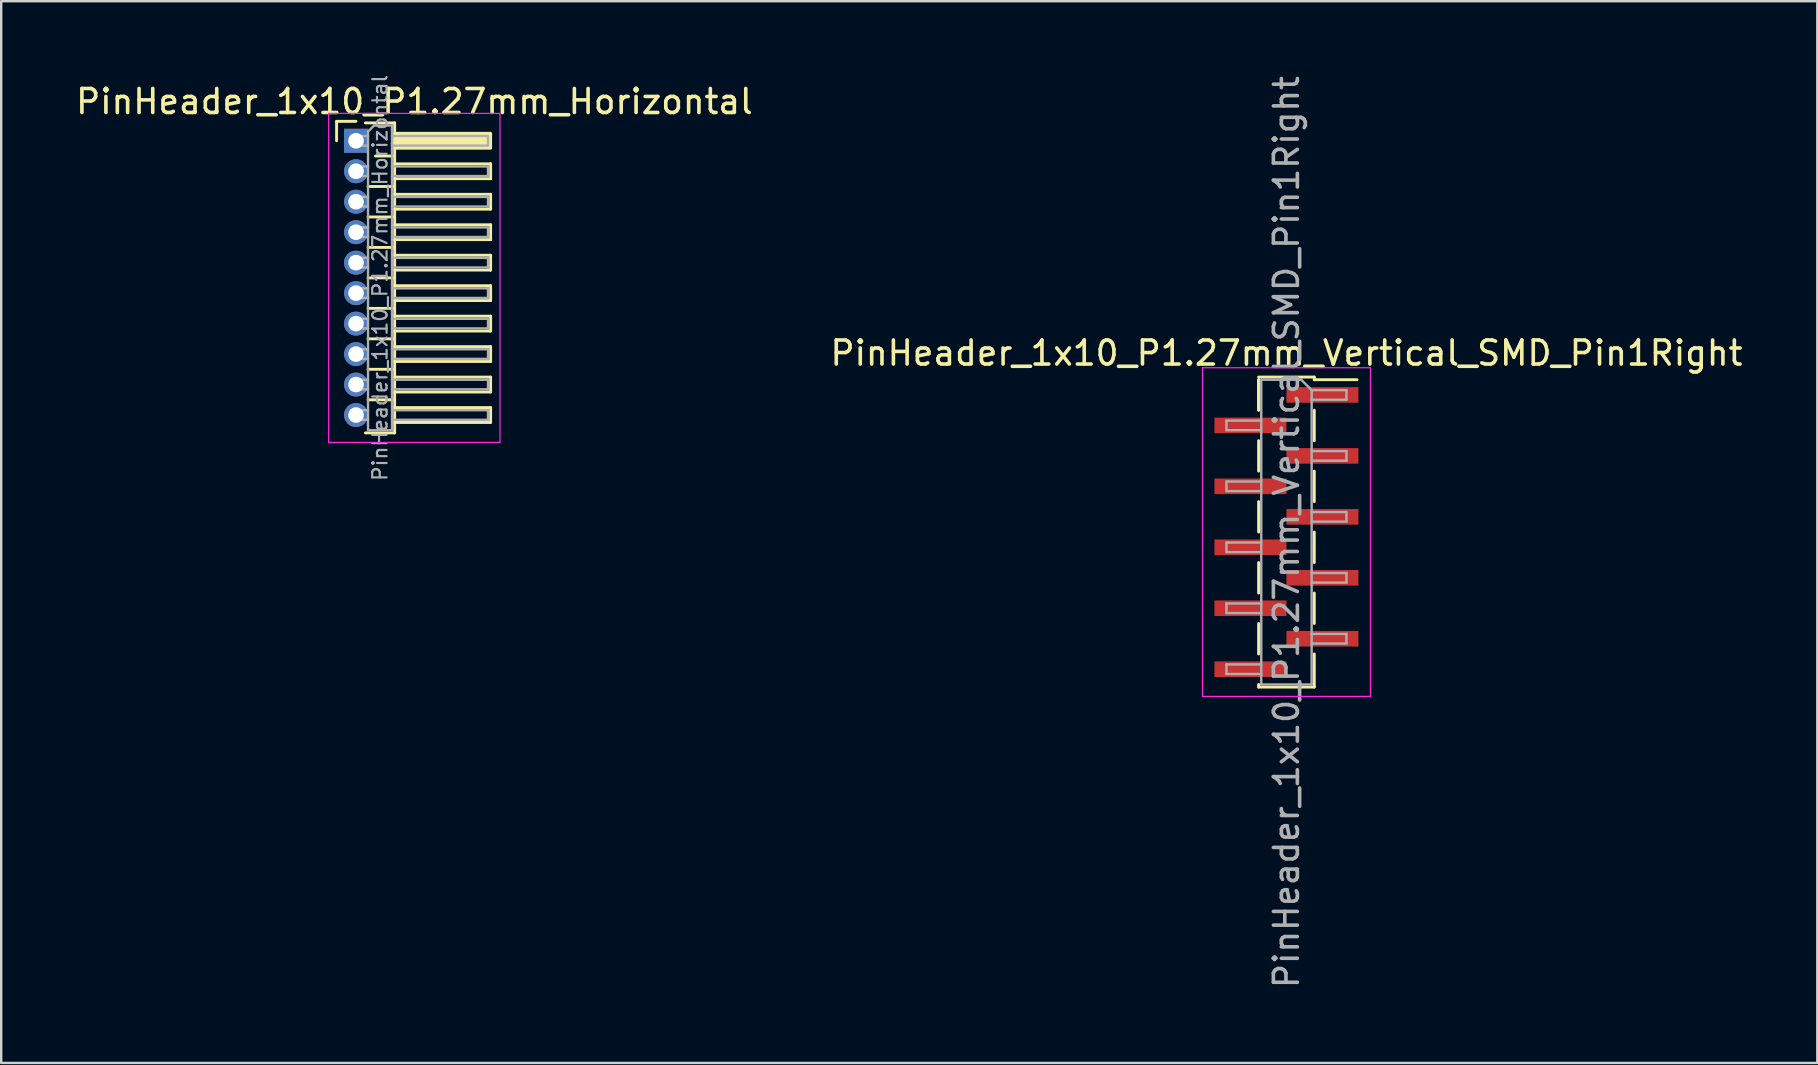
<source format=kicad_pcb>
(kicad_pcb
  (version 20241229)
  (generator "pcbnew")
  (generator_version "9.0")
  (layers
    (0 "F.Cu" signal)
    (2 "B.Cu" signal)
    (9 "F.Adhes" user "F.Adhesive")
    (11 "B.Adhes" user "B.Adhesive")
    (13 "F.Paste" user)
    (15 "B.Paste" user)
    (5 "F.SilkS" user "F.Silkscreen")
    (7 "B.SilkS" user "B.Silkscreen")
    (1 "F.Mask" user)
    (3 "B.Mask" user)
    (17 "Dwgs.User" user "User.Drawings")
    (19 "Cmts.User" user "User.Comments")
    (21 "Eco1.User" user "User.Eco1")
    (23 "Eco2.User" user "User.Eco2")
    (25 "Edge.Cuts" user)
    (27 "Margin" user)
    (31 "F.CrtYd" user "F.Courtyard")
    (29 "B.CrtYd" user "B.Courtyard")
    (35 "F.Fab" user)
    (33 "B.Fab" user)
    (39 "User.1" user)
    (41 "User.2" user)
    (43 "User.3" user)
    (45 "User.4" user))
  (footprint "PinHeader_1x10_P1.27mm_Horizontal"
    (layer "F.Cu")
    (at 11.788 2.817)
    (property "Reference" "PinHeader_1x10_P1.27mm_Horizontal" (at 2.433 -1.635 0) (layer "F.SilkS") (effects (font (size 1 1) (thickness 0.15))))
    (attr through_hole)
    (fp_line (start -0.81 -0.81) (end 0 -0.81) (stroke (width 0.12) (type solid)) (layer "F.SilkS"))
    (fp_line (start -0.81 0) (end -0.81 -0.81) (stroke (width 0.12) (type solid)) (layer "F.SilkS"))
    (fp_line (start 0.39 -0.745) (end 1.61 -0.745) (stroke (width 0.12) (type solid)) (layer "F.SilkS"))
    (fp_line (start 0.503 1.905) (end 1.61 1.905) (stroke (width 0.12) (type solid)) (layer "F.SilkS"))
    (fp_line (start 0.503 3.175) (end 1.61 3.175) (stroke (width 0.12) (type solid)) (layer "F.SilkS"))
    (fp_line (start 0.503 4.445) (end 1.61 4.445) (stroke (width 0.12) (type solid)) (layer "F.SilkS"))
    (fp_line (start 0.503 5.715) (end 1.61 5.715) (stroke (width 0.12) (type solid)) (layer "F.SilkS"))
    (fp_line (start 0.503 6.985) (end 1.61 6.985) (stroke (width 0.12) (type solid)) (layer "F.SilkS"))
    (fp_line (start 0.503 8.255) (end 1.61 8.255) (stroke (width 0.12) (type solid)) (layer "F.SilkS"))
    (fp_line (start 0.503 9.525) (end 1.61 9.525) (stroke (width 0.12) (type solid)) (layer "F.SilkS"))
    (fp_line (start 0.503 10.795) (end 1.61 10.795) (stroke (width 0.12) (type solid)) (layer "F.SilkS"))
    (fp_line (start 0.81 0.635) (end 1.61 0.635) (stroke (width 0.12) (type solid)) (layer "F.SilkS"))
    (fp_line (start 1.61 -0.745) (end 1.61 12.175) (stroke (width 0.12) (type solid)) (layer "F.SilkS"))
    (fp_line (start 1.61 0.96) (end 5.61 0.96) (stroke (width 0.12) (type solid)) (layer "F.SilkS"))
    (fp_line (start 1.61 2.23) (end 5.61 2.23) (stroke (width 0.12) (type solid)) (layer "F.SilkS"))
    (fp_line (start 1.61 3.5) (end 5.61 3.5) (stroke (width 0.12) (type solid)) (layer "F.SilkS"))
    (fp_line (start 1.61 4.77) (end 5.61 4.77) (stroke (width 0.12) (type solid)) (layer "F.SilkS"))
    (fp_line (start 1.61 6.04) (end 5.61 6.04) (stroke (width 0.12) (type solid)) (layer "F.SilkS"))
    (fp_line (start 1.61 7.31) (end 5.61 7.31) (stroke (width 0.12) (type solid)) (layer "F.SilkS"))
    (fp_line (start 1.61 8.58) (end 5.61 8.58) (stroke (width 0.12) (type solid)) (layer "F.SilkS"))
    (fp_line (start 1.61 9.85) (end 5.61 9.85) (stroke (width 0.12) (type solid)) (layer "F.SilkS"))
    (fp_line (start 1.61 11.12) (end 5.61 11.12) (stroke (width 0.12) (type solid)) (layer "F.SilkS"))
    (fp_line (start 1.61 12.175) (end 0.39 12.175) (stroke (width 0.12) (type solid)) (layer "F.SilkS"))
    (fp_line (start 5.61 0.96) (end 5.61 1.58) (stroke (width 0.12) (type solid)) (layer "F.SilkS"))
    (fp_line (start 5.61 1.58) (end 1.61 1.58) (stroke (width 0.12) (type solid)) (layer "F.SilkS"))
    (fp_line (start 5.61 2.23) (end 5.61 2.85) (stroke (width 0.12) (type solid)) (layer "F.SilkS"))
    (fp_line (start 5.61 2.85) (end 1.61 2.85) (stroke (width 0.12) (type solid)) (layer "F.SilkS"))
    (fp_line (start 5.61 3.5) (end 5.61 4.12) (stroke (width 0.12) (type solid)) (layer "F.SilkS"))
    (fp_line (start 5.61 4.12) (end 1.61 4.12) (stroke (width 0.12) (type solid)) (layer "F.SilkS"))
    (fp_line (start 5.61 4.77) (end 5.61 5.39) (stroke (width 0.12) (type solid)) (layer "F.SilkS"))
    (fp_line (start 5.61 5.39) (end 1.61 5.39) (stroke (width 0.12) (type solid)) (layer "F.SilkS"))
    (fp_line (start 5.61 6.04) (end 5.61 6.66) (stroke (width 0.12) (type solid)) (layer "F.SilkS"))
    (fp_line (start 5.61 6.66) (end 1.61 6.66) (stroke (width 0.12) (type solid)) (layer "F.SilkS"))
    (fp_line (start 5.61 7.31) (end 5.61 7.93) (stroke (width 0.12) (type solid)) (layer "F.SilkS"))
    (fp_line (start 5.61 7.93) (end 1.61 7.93) (stroke (width 0.12) (type solid)) (layer "F.SilkS"))
    (fp_line (start 5.61 8.58) (end 5.61 9.2) (stroke (width 0.12) (type solid)) (layer "F.SilkS"))
    (fp_line (start 5.61 9.2) (end 1.61 9.2) (stroke (width 0.12) (type solid)) (layer "F.SilkS"))
    (fp_line (start 5.61 9.85) (end 5.61 10.47) (stroke (width 0.12) (type solid)) (layer "F.SilkS"))
    (fp_line (start 5.61 10.47) (end 1.61 10.47) (stroke (width 0.12) (type solid)) (layer "F.SilkS"))
    (fp_line (start 5.61 11.12) (end 5.61 11.74) (stroke (width 0.12) (type solid)) (layer "F.SilkS"))
    (fp_line (start 5.61 11.74) (end 1.61 11.74) (stroke (width 0.12) (type solid)) (layer "F.SilkS"))
    (fp_rect (start 1.61 -0.31) (end 5.61 0.31) (stroke (width 0.12) (type solid)) (fill yes) (layer "F.SilkS"))
    (fp_line (start -1.14 -1.14) (end -1.14 12.57) (stroke (width 0.05) (type solid)) (layer "F.CrtYd"))
    (fp_line (start -1.14 12.57) (end 6 12.57) (stroke (width 0.05) (type solid)) (layer "F.CrtYd"))
    (fp_line (start 6 -1.14) (end -1.14 -1.14) (stroke (width 0.05) (type solid)) (layer "F.CrtYd"))
    (fp_line (start 6 12.57) (end 6 -1.14) (stroke (width 0.05) (type solid)) (layer "F.CrtYd"))
    (fp_line (start -0.2 -0.2) (end -0.2 0.2) (stroke (width 0.1) (type solid)) (layer "F.Fab"))
    (fp_line (start -0.2 -0.2) (end 0.5 -0.2) (stroke (width 0.1) (type solid)) (layer "F.Fab"))
    (fp_line (start -0.2 0.2) (end 0.5 0.2) (stroke (width 0.1) (type solid)) (layer "F.Fab"))
    (fp_line (start -0.2 1.07) (end -0.2 1.47) (stroke (width 0.1) (type solid)) (layer "F.Fab"))
    (fp_line (start -0.2 1.07) (end 0.5 1.07) (stroke (width 0.1) (type solid)) (layer "F.Fab"))
    (fp_line (start -0.2 1.47) (end 0.5 1.47) (stroke (width 0.1) (type solid)) (layer "F.Fab"))
    (fp_line (start -0.2 2.34) (end -0.2 2.74) (stroke (width 0.1) (type solid)) (layer "F.Fab"))
    (fp_line (start -0.2 2.34) (end 0.5 2.34) (stroke (width 0.1) (type solid)) (layer "F.Fab"))
    (fp_line (start -0.2 2.74) (end 0.5 2.74) (stroke (width 0.1) (type solid)) (layer "F.Fab"))
    (fp_line (start -0.2 3.61) (end -0.2 4.01) (stroke (width 0.1) (type solid)) (layer "F.Fab"))
    (fp_line (start -0.2 3.61) (end 0.5 3.61) (stroke (width 0.1) (type solid)) (layer "F.Fab"))
    (fp_line (start -0.2 4.01) (end 0.5 4.01) (stroke (width 0.1) (type solid)) (layer "F.Fab"))
    (fp_line (start -0.2 4.88) (end -0.2 5.28) (stroke (width 0.1) (type solid)) (layer "F.Fab"))
    (fp_line (start -0.2 4.88) (end 0.5 4.88) (stroke (width 0.1) (type solid)) (layer "F.Fab"))
    (fp_line (start -0.2 5.28) (end 0.5 5.28) (stroke (width 0.1) (type solid)) (layer "F.Fab"))
    (fp_line (start -0.2 6.15) (end -0.2 6.55) (stroke (width 0.1) (type solid)) (layer "F.Fab"))
    (fp_line (start -0.2 6.15) (end 0.5 6.15) (stroke (width 0.1) (type solid)) (layer "F.Fab"))
    (fp_line (start -0.2 6.55) (end 0.5 6.55) (stroke (width 0.1) (type solid)) (layer "F.Fab"))
    (fp_line (start -0.2 7.42) (end -0.2 7.82) (stroke (width 0.1) (type solid)) (layer "F.Fab"))
    (fp_line (start -0.2 7.42) (end 0.5 7.42) (stroke (width 0.1) (type solid)) (layer "F.Fab"))
    (fp_line (start -0.2 7.82) (end 0.5 7.82) (stroke (width 0.1) (type solid)) (layer "F.Fab"))
    (fp_line (start -0.2 8.69) (end -0.2 9.09) (stroke (width 0.1) (type solid)) (layer "F.Fab"))
    (fp_line (start -0.2 8.69) (end 0.5 8.69) (stroke (width 0.1) (type solid)) (layer "F.Fab"))
    (fp_line (start -0.2 9.09) (end 0.5 9.09) (stroke (width 0.1) (type solid)) (layer "F.Fab"))
    (fp_line (start -0.2 9.96) (end -0.2 10.36) (stroke (width 0.1) (type solid)) (layer "F.Fab"))
    (fp_line (start -0.2 9.96) (end 0.5 9.96) (stroke (width 0.1) (type solid)) (layer "F.Fab"))
    (fp_line (start -0.2 10.36) (end 0.5 10.36) (stroke (width 0.1) (type solid)) (layer "F.Fab"))
    (fp_line (start -0.2 11.23) (end -0.2 11.63) (stroke (width 0.1) (type solid)) (layer "F.Fab"))
    (fp_line (start -0.2 11.23) (end 0.5 11.23) (stroke (width 0.1) (type solid)) (layer "F.Fab"))
    (fp_line (start -0.2 11.63) (end 0.5 11.63) (stroke (width 0.1) (type solid)) (layer "F.Fab"))
    (fp_line (start 0.5 -0.385) (end 0.75 -0.635) (stroke (width 0.1) (type solid)) (layer "F.Fab"))
    (fp_line (start 0.5 12.065) (end 0.5 -0.385) (stroke (width 0.1) (type solid)) (layer "F.Fab"))
    (fp_line (start 0.75 -0.635) (end 1.5 -0.635) (stroke (width 0.1) (type solid)) (layer "F.Fab"))
    (fp_line (start 1.5 -0.635) (end 1.5 12.065) (stroke (width 0.1) (type solid)) (layer "F.Fab"))
    (fp_line (start 1.5 -0.2) (end 5.5 -0.2) (stroke (width 0.1) (type solid)) (layer "F.Fab"))
    (fp_line (start 1.5 0.2) (end 5.5 0.2) (stroke (width 0.1) (type solid)) (layer "F.Fab"))
    (fp_line (start 1.5 1.07) (end 5.5 1.07) (stroke (width 0.1) (type solid)) (layer "F.Fab"))
    (fp_line (start 1.5 1.47) (end 5.5 1.47) (stroke (width 0.1) (type solid)) (layer "F.Fab"))
    (fp_line (start 1.5 2.34) (end 5.5 2.34) (stroke (width 0.1) (type solid)) (layer "F.Fab"))
    (fp_line (start 1.5 2.74) (end 5.5 2.74) (stroke (width 0.1) (type solid)) (layer "F.Fab"))
    (fp_line (start 1.5 3.61) (end 5.5 3.61) (stroke (width 0.1) (type solid)) (layer "F.Fab"))
    (fp_line (start 1.5 4.01) (end 5.5 4.01) (stroke (width 0.1) (type solid)) (layer "F.Fab"))
    (fp_line (start 1.5 4.88) (end 5.5 4.88) (stroke (width 0.1) (type solid)) (layer "F.Fab"))
    (fp_line (start 1.5 5.28) (end 5.5 5.28) (stroke (width 0.1) (type solid)) (layer "F.Fab"))
    (fp_line (start 1.5 6.15) (end 5.5 6.15) (stroke (width 0.1) (type solid)) (layer "F.Fab"))
    (fp_line (start 1.5 6.55) (end 5.5 6.55) (stroke (width 0.1) (type solid)) (layer "F.Fab"))
    (fp_line (start 1.5 7.42) (end 5.5 7.42) (stroke (width 0.1) (type solid)) (layer "F.Fab"))
    (fp_line (start 1.5 7.82) (end 5.5 7.82) (stroke (width 0.1) (type solid)) (layer "F.Fab"))
    (fp_line (start 1.5 8.69) (end 5.5 8.69) (stroke (width 0.1) (type solid)) (layer "F.Fab"))
    (fp_line (start 1.5 9.09) (end 5.5 9.09) (stroke (width 0.1) (type solid)) (layer "F.Fab"))
    (fp_line (start 1.5 9.96) (end 5.5 9.96) (stroke (width 0.1) (type solid)) (layer "F.Fab"))
    (fp_line (start 1.5 10.36) (end 5.5 10.36) (stroke (width 0.1) (type solid)) (layer "F.Fab"))
    (fp_line (start 1.5 11.23) (end 5.5 11.23) (stroke (width 0.1) (type solid)) (layer "F.Fab"))
    (fp_line (start 1.5 11.63) (end 5.5 11.63) (stroke (width 0.1) (type solid)) (layer "F.Fab"))
    (fp_line (start 1.5 12.065) (end 0.5 12.065) (stroke (width 0.1) (type solid)) (layer "F.Fab"))
    (fp_line (start 5.5 -0.2) (end 5.5 0.2) (stroke (width 0.1) (type solid)) (layer "F.Fab"))
    (fp_line (start 5.5 1.07) (end 5.5 1.47) (stroke (width 0.1) (type solid)) (layer "F.Fab"))
    (fp_line (start 5.5 2.34) (end 5.5 2.74) (stroke (width 0.1) (type solid)) (layer "F.Fab"))
    (fp_line (start 5.5 3.61) (end 5.5 4.01) (stroke (width 0.1) (type solid)) (layer "F.Fab"))
    (fp_line (start 5.5 4.88) (end 5.5 5.28) (stroke (width 0.1) (type solid)) (layer "F.Fab"))
    (fp_line (start 5.5 6.15) (end 5.5 6.55) (stroke (width 0.1) (type solid)) (layer "F.Fab"))
    (fp_line (start 5.5 7.42) (end 5.5 7.82) (stroke (width 0.1) (type solid)) (layer "F.Fab"))
    (fp_line (start 5.5 8.69) (end 5.5 9.09) (stroke (width 0.1) (type solid)) (layer "F.Fab"))
    (fp_line (start 5.5 9.96) (end 5.5 10.36) (stroke (width 0.1) (type solid)) (layer "F.Fab"))
    (fp_line (start 5.5 11.23) (end 5.5 11.63) (stroke (width 0.1) (type solid)) (layer "F.Fab"))
    (fp_text user "${REFERENCE}" (at 1 5.715 90) (layer "F.Fab") (effects (font (size 0.6 0.6) (thickness 0.09))))
    (pad "1" thru_hole rect (at 0 0) (size 1 1) (drill 0.65) (layers "*.Cu" "*.Mask"))
    (pad "2" thru_hole circle (at 0 1.27) (size 1 1) (drill 0.65) (layers "*.Cu" "*.Mask"))
    (pad "3" thru_hole circle (at 0 2.54) (size 1 1) (drill 0.65) (layers "*.Cu" "*.Mask"))
    (pad "4" thru_hole circle (at 0 3.81) (size 1 1) (drill 0.65) (layers "*.Cu" "*.Mask"))
    (pad "5" thru_hole circle (at 0 5.08) (size 1 1) (drill 0.65) (layers "*.Cu" "*.Mask"))
    (pad "6" thru_hole circle (at 0 6.35) (size 1 1) (drill 0.65) (layers "*.Cu" "*.Mask"))
    (pad "7" thru_hole circle (at 0 7.62) (size 1 1) (drill 0.65) (layers "*.Cu" "*.Mask"))
    (pad "8" thru_hole circle (at 0 8.89) (size 1 1) (drill 0.65) (layers "*.Cu" "*.Mask"))
    (pad "9" thru_hole circle (at 0 10.16) (size 1 1) (drill 0.65) (layers "*.Cu" "*.Mask"))
    (pad "10" thru_hole circle (at 0 11.43) (size 1 1) (drill 0.65) (layers "*.Cu" "*.Mask")))
  (footprint "PinHeader_1x10_P1.27mm_Vertical_SMD_Pin1Right"
    (layer "F.Cu")
    (at 50.565 19.125)
    (property "Reference" "PinHeader_1x10_P1.27mm_Vertical_SMD_Pin1Right" (at 0 -7.46 0) (layer "F.SilkS") (effects (font (size 1 1) (thickness 0.15))))
    (attr smd)
    (fp_line (start -1.16 -6.46) (end 1.16 -6.46) (stroke (width 0.12) (type solid)) (layer "F.SilkS"))
    (fp_line (start -1.16 -6.35) (end -1.16 -5.08) (stroke (width 0.12) (type solid)) (layer "F.SilkS"))
    (fp_line (start -1.16 -6.35) (end -1.16 -5.08) (stroke (width 0.12) (type solid)) (layer "F.SilkS"))
    (fp_line (start -1.16 -3.81) (end -1.16 -2.54) (stroke (width 0.12) (type solid)) (layer "F.SilkS"))
    (fp_line (start -1.16 -1.27) (end -1.16 0) (stroke (width 0.12) (type solid)) (layer "F.SilkS"))
    (fp_line (start -1.16 1.27) (end -1.16 2.54) (stroke (width 0.12) (type solid)) (layer "F.SilkS"))
    (fp_line (start -1.16 3.81) (end -1.16 5.08) (stroke (width 0.12) (type solid)) (layer "F.SilkS"))
    (fp_line (start -1.16 6.35) (end -1.16 6.46) (stroke (width 0.12) (type solid)) (layer "F.SilkS"))
    (fp_line (start -1.16 6.46) (end 1.16 6.46) (stroke (width 0.12) (type solid)) (layer "F.SilkS"))
    (fp_line (start 1.16 -6.46) (end 1.16 -6.35) (stroke (width 0.12) (type solid)) (layer "F.SilkS"))
    (fp_line (start 1.16 -6.35) (end 2.94 -6.35) (stroke (width 0.12) (type solid)) (layer "F.SilkS"))
    (fp_line (start 1.16 -5.08) (end 1.16 -3.81) (stroke (width 0.12) (type solid)) (layer "F.SilkS"))
    (fp_line (start 1.16 -2.54) (end 1.16 -1.27) (stroke (width 0.12) (type solid)) (layer "F.SilkS"))
    (fp_line (start 1.16 0) (end 1.16 1.27) (stroke (width 0.12) (type solid)) (layer "F.SilkS"))
    (fp_line (start 1.16 2.54) (end 1.16 3.81) (stroke (width 0.12) (type solid)) (layer "F.SilkS"))
    (fp_line (start 1.16 5.08) (end 1.16 6.46) (stroke (width 0.12) (type solid)) (layer "F.SilkS"))
    (fp_line (start -3.5 -6.85) (end -3.5 6.85) (stroke (width 0.05) (type solid)) (layer "F.CrtYd"))
    (fp_line (start -3.5 6.85) (end 3.5 6.85) (stroke (width 0.05) (type solid)) (layer "F.CrtYd"))
    (fp_line (start 3.5 -6.85) (end -3.5 -6.85) (stroke (width 0.05) (type solid)) (layer "F.CrtYd"))
    (fp_line (start 3.5 6.85) (end 3.5 -6.85) (stroke (width 0.05) (type solid)) (layer "F.CrtYd"))
    (fp_line (start -2.5 -4.645) (end -2.5 -4.245) (stroke (width 0.1) (type solid)) (layer "F.Fab"))
    (fp_line (start -2.5 -4.245) (end -1.05 -4.245) (stroke (width 0.1) (type solid)) (layer "F.Fab"))
    (fp_line (start -2.5 -2.105) (end -2.5 -1.705) (stroke (width 0.1) (type solid)) (layer "F.Fab"))
    (fp_line (start -2.5 -1.705) (end -1.05 -1.705) (stroke (width 0.1) (type solid)) (layer "F.Fab"))
    (fp_line (start -2.5 0.435) (end -2.5 0.835) (stroke (width 0.1) (type solid)) (layer "F.Fab"))
    (fp_line (start -2.5 0.835) (end -1.05 0.835) (stroke (width 0.1) (type solid)) (layer "F.Fab"))
    (fp_line (start -2.5 2.975) (end -2.5 3.375) (stroke (width 0.1) (type solid)) (layer "F.Fab"))
    (fp_line (start -2.5 3.375) (end -1.05 3.375) (stroke (width 0.1) (type solid)) (layer "F.Fab"))
    (fp_line (start -2.5 5.515) (end -2.5 5.915) (stroke (width 0.1) (type solid)) (layer "F.Fab"))
    (fp_line (start -2.5 5.915) (end -1.05 5.915) (stroke (width 0.1) (type solid)) (layer "F.Fab"))
    (fp_line (start -1.05 -6.35) (end -1.05 6.35) (stroke (width 0.1) (type solid)) (layer "F.Fab"))
    (fp_line (start -1.05 -6.35) (end 0.615 -6.35) (stroke (width 0.1) (type solid)) (layer "F.Fab"))
    (fp_line (start -1.05 -4.645) (end -2.5 -4.645) (stroke (width 0.1) (type solid)) (layer "F.Fab"))
    (fp_line (start -1.05 -2.105) (end -2.5 -2.105) (stroke (width 0.1) (type solid)) (layer "F.Fab"))
    (fp_line (start -1.05 0.435) (end -2.5 0.435) (stroke (width 0.1) (type solid)) (layer "F.Fab"))
    (fp_line (start -1.05 2.975) (end -2.5 2.975) (stroke (width 0.1) (type solid)) (layer "F.Fab"))
    (fp_line (start -1.05 5.515) (end -2.5 5.515) (stroke (width 0.1) (type solid)) (layer "F.Fab"))
    (fp_line (start 1.05 -5.915) (end 0.615 -6.35) (stroke (width 0.1) (type solid)) (layer "F.Fab"))
    (fp_line (start 1.05 -5.915) (end 2.5 -5.915) (stroke (width 0.1) (type solid)) (layer "F.Fab"))
    (fp_line (start 1.05 -3.375) (end 2.5 -3.375) (stroke (width 0.1) (type solid)) (layer "F.Fab"))
    (fp_line (start 1.05 -0.835) (end 2.5 -0.835) (stroke (width 0.1) (type solid)) (layer "F.Fab"))
    (fp_line (start 1.05 1.705) (end 2.5 1.705) (stroke (width 0.1) (type solid)) (layer "F.Fab"))
    (fp_line (start 1.05 4.245) (end 2.5 4.245) (stroke (width 0.1) (type solid)) (layer "F.Fab"))
    (fp_line (start 1.05 6.35) (end -1.05 6.35) (stroke (width 0.1) (type solid)) (layer "F.Fab"))
    (fp_line (start 1.05 6.35) (end 1.05 -5.915) (stroke (width 0.1) (type solid)) (layer "F.Fab"))
    (fp_line (start 2.5 -5.915) (end 2.5 -5.515) (stroke (width 0.1) (type solid)) (layer "F.Fab"))
    (fp_line (start 2.5 -5.515) (end 1.05 -5.515) (stroke (width 0.1) (type solid)) (layer "F.Fab"))
    (fp_line (start 2.5 -3.375) (end 2.5 -2.975) (stroke (width 0.1) (type solid)) (layer "F.Fab"))
    (fp_line (start 2.5 -2.975) (end 1.05 -2.975) (stroke (width 0.1) (type solid)) (layer "F.Fab"))
    (fp_line (start 2.5 -0.835) (end 2.5 -0.435) (stroke (width 0.1) (type solid)) (layer "F.Fab"))
    (fp_line (start 2.5 -0.435) (end 1.05 -0.435) (stroke (width 0.1) (type solid)) (layer "F.Fab"))
    (fp_line (start 2.5 1.705) (end 2.5 2.105) (stroke (width 0.1) (type solid)) (layer "F.Fab"))
    (fp_line (start 2.5 2.105) (end 1.05 2.105) (stroke (width 0.1) (type solid)) (layer "F.Fab"))
    (fp_line (start 2.5 4.245) (end 2.5 4.645) (stroke (width 0.1) (type solid)) (layer "F.Fab"))
    (fp_line (start 2.5 4.645) (end 1.05 4.645) (stroke (width 0.1) (type solid)) (layer "F.Fab"))
    (fp_text user "${REFERENCE}" (at 0 0 90) (layer "F.Fab") (effects (font (size 1 1) (thickness 0.15))))
    (pad "1" smd rect (at 1.5 -5.715) (size 3 0.65) (layers "F.Cu" "F.Mask" "F.Paste"))
    (pad "2" smd rect (at -1.5 -4.445) (size 3 0.65) (layers "F.Cu" "F.Mask" "F.Paste"))
    (pad "3" smd rect (at 1.5 -3.175) (size 3 0.65) (layers "F.Cu" "F.Mask" "F.Paste"))
    (pad "4" smd rect (at -1.5 -1.905) (size 3 0.65) (layers "F.Cu" "F.Mask" "F.Paste"))
    (pad "5" smd rect (at 1.5 -0.635) (size 3 0.65) (layers "F.Cu" "F.Mask" "F.Paste"))
    (pad "6" smd rect (at -1.5 0.635) (size 3 0.65) (layers "F.Cu" "F.Mask" "F.Paste"))
    (pad "7" smd rect (at 1.5 1.905) (size 3 0.65) (layers "F.Cu" "F.Mask" "F.Paste"))
    (pad "8" smd rect (at -1.5 3.175) (size 3 0.65) (layers "F.Cu" "F.Mask" "F.Paste"))
    (pad "9" smd rect (at 1.5 4.445) (size 3 0.65) (layers "F.Cu" "F.Mask" "F.Paste"))
    (pad "10" smd rect (at -1.5 5.715) (size 3 0.65) (layers "F.Cu" "F.Mask" "F.Paste")))
  (gr_rect
    (start -3 -3)
    (end 72.69 41.25)
    (stroke (width 0.1) (type default))
    (fill no)
    (layer "Edge.Cuts")))
</source>
